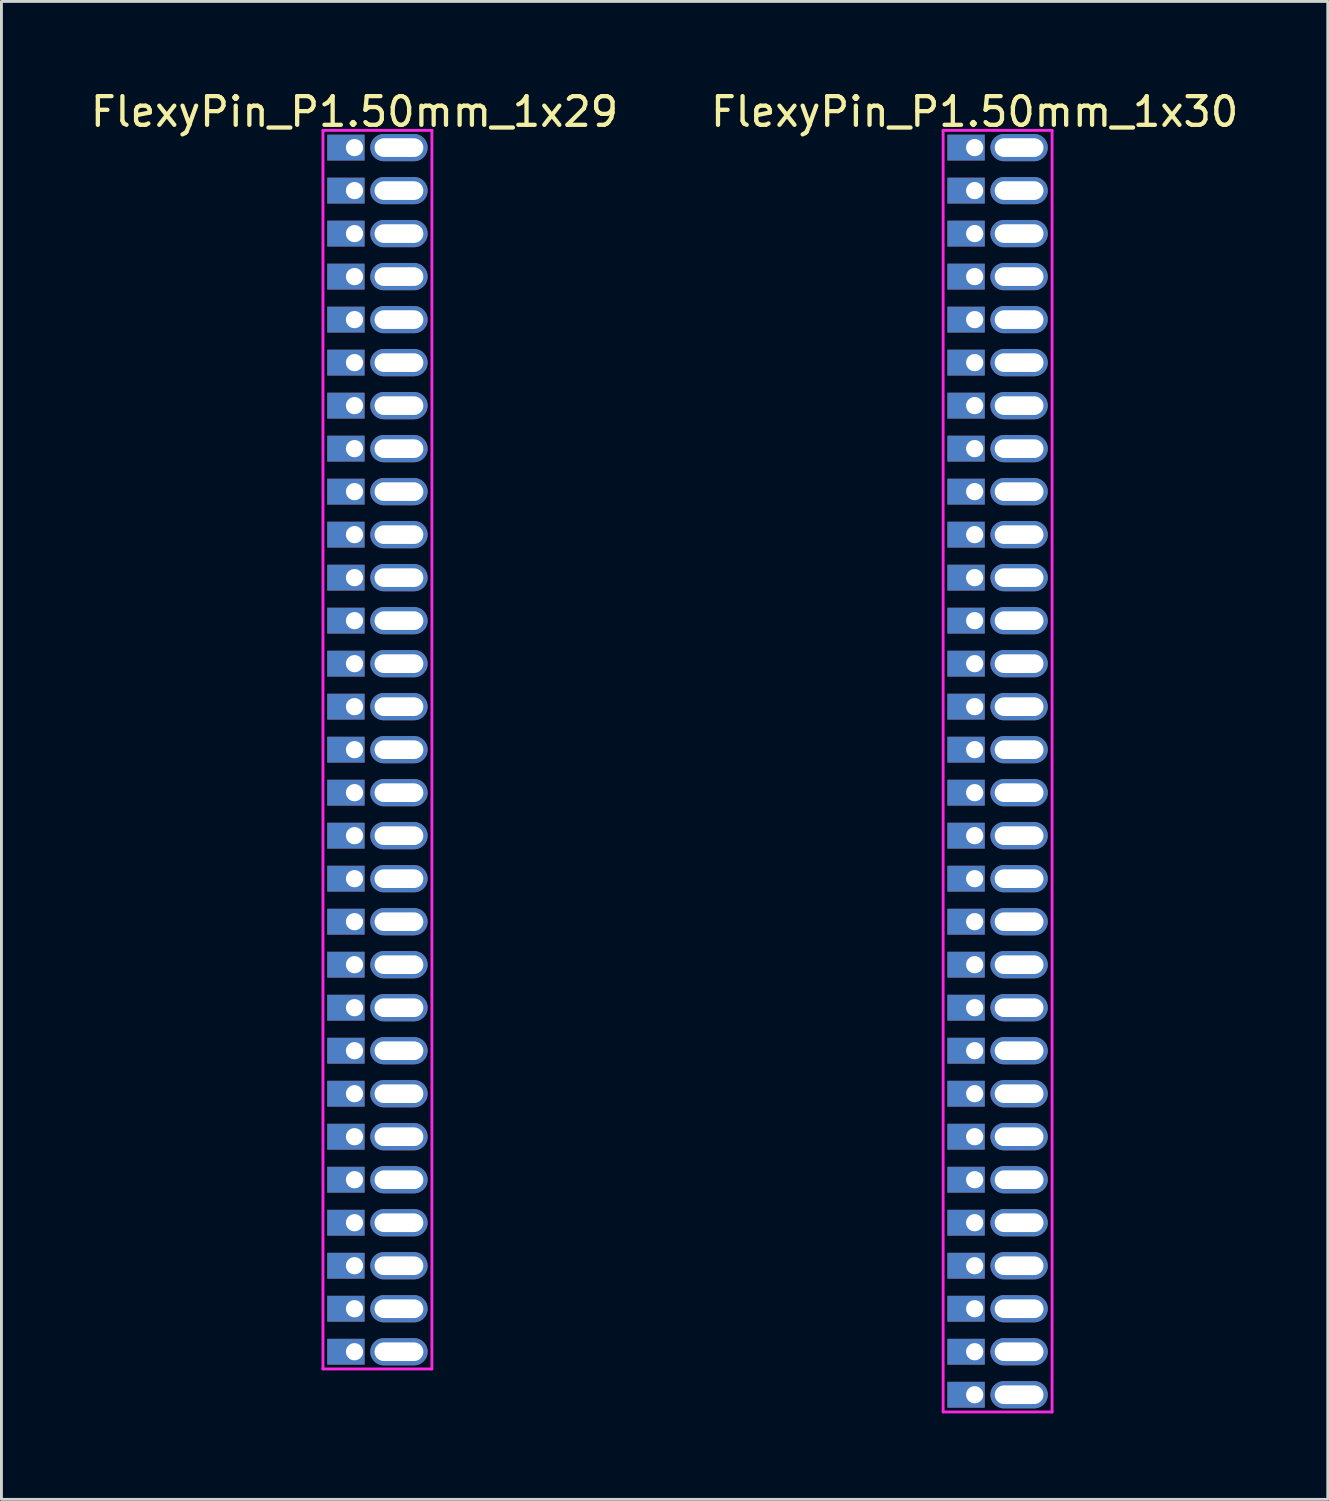
<source format=kicad_pcb>
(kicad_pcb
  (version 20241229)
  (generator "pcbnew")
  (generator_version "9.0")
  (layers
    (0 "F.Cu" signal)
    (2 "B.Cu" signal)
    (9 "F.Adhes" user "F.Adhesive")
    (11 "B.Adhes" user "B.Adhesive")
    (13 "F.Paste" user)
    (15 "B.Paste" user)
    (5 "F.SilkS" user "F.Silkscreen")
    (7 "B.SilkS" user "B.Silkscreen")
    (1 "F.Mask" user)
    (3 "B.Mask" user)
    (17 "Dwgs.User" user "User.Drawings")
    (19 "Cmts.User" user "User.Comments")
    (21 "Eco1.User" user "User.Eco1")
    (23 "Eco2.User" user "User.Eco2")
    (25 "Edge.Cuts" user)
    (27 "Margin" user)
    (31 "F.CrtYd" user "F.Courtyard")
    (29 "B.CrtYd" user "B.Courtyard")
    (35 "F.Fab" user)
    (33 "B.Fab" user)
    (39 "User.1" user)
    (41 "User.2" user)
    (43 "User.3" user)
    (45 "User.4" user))
  (footprint "FlexyPin_P1.50mm_1x30"
    (layer "F.Cu")
    (at 30.946 2.098)
    (property "Reference" "FlexyPin_P1.50mm_1x30" (at 0 -1.25 0) (layer "F.SilkS") (effects (font (size 1 1) (thickness 0.15))))
    (attr through_hole)
    (fp_line (start -1.1 -0.6) (end 2.7 -0.6) (stroke (width 0.1) (type solid)) (layer "F.CrtYd"))
    (fp_line (start -1.1 44.1) (end -1.1 -0.6) (stroke (width 0.1) (type solid)) (layer "F.CrtYd"))
    (fp_line (start 2.7 -0.6) (end 2.7 44.1) (stroke (width 0.1) (type solid)) (layer "F.CrtYd"))
    (fp_line (start 2.7 44.1) (end -1.1 44.1) (stroke (width 0.1) (type solid)) (layer "F.CrtYd"))
    (pad "" thru_hole oval (at 1.55 0) (size 2 0.95) (drill oval 1.7 0.65) (layers "*.Cu" "*.Mask"))
    (pad "" thru_hole oval (at 1.55 1.5) (size 2 0.95) (drill oval 1.7 0.65) (layers "*.Cu" "*.Mask"))
    (pad "" thru_hole oval (at 1.55 3) (size 2 0.95) (drill oval 1.7 0.65) (layers "*.Cu" "*.Mask"))
    (pad "" thru_hole oval (at 1.55 4.5) (size 2 0.95) (drill oval 1.7 0.65) (layers "*.Cu" "*.Mask"))
    (pad "" thru_hole oval (at 1.55 6) (size 2 0.95) (drill oval 1.7 0.65) (layers "*.Cu" "*.Mask"))
    (pad "" thru_hole oval (at 1.55 7.5) (size 2 0.95) (drill oval 1.7 0.65) (layers "*.Cu" "*.Mask"))
    (pad "" thru_hole oval (at 1.55 9) (size 2 0.95) (drill oval 1.7 0.65) (layers "*.Cu" "*.Mask"))
    (pad "" thru_hole oval (at 1.55 10.5) (size 2 0.95) (drill oval 1.7 0.65) (layers "*.Cu" "*.Mask"))
    (pad "" thru_hole oval (at 1.55 12) (size 2 0.95) (drill oval 1.7 0.65) (layers "*.Cu" "*.Mask"))
    (pad "" thru_hole oval (at 1.55 13.5) (size 2 0.95) (drill oval 1.7 0.65) (layers "*.Cu" "*.Mask"))
    (pad "" thru_hole oval (at 1.55 15) (size 2 0.95) (drill oval 1.7 0.65) (layers "*.Cu" "*.Mask"))
    (pad "" thru_hole oval (at 1.55 16.5) (size 2 0.95) (drill oval 1.7 0.65) (layers "*.Cu" "*.Mask"))
    (pad "" thru_hole oval (at 1.55 18) (size 2 0.95) (drill oval 1.7 0.65) (layers "*.Cu" "*.Mask"))
    (pad "" thru_hole oval (at 1.55 19.5) (size 2 0.95) (drill oval 1.7 0.65) (layers "*.Cu" "*.Mask"))
    (pad "" thru_hole oval (at 1.55 21) (size 2 0.95) (drill oval 1.7 0.65) (layers "*.Cu" "*.Mask"))
    (pad "" thru_hole oval (at 1.55 22.5) (size 2 0.95) (drill oval 1.7 0.65) (layers "*.Cu" "*.Mask"))
    (pad "" thru_hole oval (at 1.55 24) (size 2 0.95) (drill oval 1.7 0.65) (layers "*.Cu" "*.Mask"))
    (pad "" thru_hole oval (at 1.55 25.5) (size 2 0.95) (drill oval 1.7 0.65) (layers "*.Cu" "*.Mask"))
    (pad "" thru_hole oval (at 1.55 27) (size 2 0.95) (drill oval 1.7 0.65) (layers "*.Cu" "*.Mask"))
    (pad "" thru_hole oval (at 1.55 28.5) (size 2 0.95) (drill oval 1.7 0.65) (layers "*.Cu" "*.Mask"))
    (pad "" thru_hole oval (at 1.55 30) (size 2 0.95) (drill oval 1.7 0.65) (layers "*.Cu" "*.Mask"))
    (pad "" thru_hole oval (at 1.55 31.5) (size 2 0.95) (drill oval 1.7 0.65) (layers "*.Cu" "*.Mask"))
    (pad "" thru_hole oval (at 1.55 33) (size 2 0.95) (drill oval 1.7 0.65) (layers "*.Cu" "*.Mask"))
    (pad "" thru_hole oval (at 1.55 34.5) (size 2 0.95) (drill oval 1.7 0.65) (layers "*.Cu" "*.Mask"))
    (pad "" thru_hole oval (at 1.55 36) (size 2 0.95) (drill oval 1.7 0.65) (layers "*.Cu" "*.Mask"))
    (pad "" thru_hole oval (at 1.55 37.5) (size 2 0.95) (drill oval 1.7 0.65) (layers "*.Cu" "*.Mask"))
    (pad "" thru_hole oval (at 1.55 39) (size 2 0.95) (drill oval 1.7 0.65) (layers "*.Cu" "*.Mask"))
    (pad "" thru_hole oval (at 1.55 40.5) (size 2 0.95) (drill oval 1.7 0.65) (layers "*.Cu" "*.Mask"))
    (pad "" thru_hole oval (at 1.55 42) (size 2 0.95) (drill oval 1.7 0.65) (layers "*.Cu" "*.Mask"))
    (pad "" thru_hole oval (at 1.55 43.5) (size 2 0.95) (drill oval 1.7 0.65) (layers "*.Cu" "*.Mask"))
    (pad "1" thru_hole rect (at 0 0) (size 1.3 0.9) (drill 0.6 (offset -0.3 0)) (layers "*.Cu" "*.Mask"))
    (pad "2" thru_hole rect (at 0 1.5) (size 1.3 0.9) (drill 0.6 (offset -0.3 0)) (layers "*.Cu" "*.Mask"))
    (pad "3" thru_hole rect (at 0 3) (size 1.3 0.9) (drill 0.6 (offset -0.3 0)) (layers "*.Cu" "*.Mask"))
    (pad "4" thru_hole rect (at 0 4.5) (size 1.3 0.9) (drill 0.6 (offset -0.3 0)) (layers "*.Cu" "*.Mask"))
    (pad "5" thru_hole rect (at 0 6) (size 1.3 0.9) (drill 0.6 (offset -0.3 0)) (layers "*.Cu" "*.Mask"))
    (pad "6" thru_hole rect (at 0 7.5) (size 1.3 0.9) (drill 0.6 (offset -0.3 0)) (layers "*.Cu" "*.Mask"))
    (pad "7" thru_hole rect (at 0 9) (size 1.3 0.9) (drill 0.6 (offset -0.3 0)) (layers "*.Cu" "*.Mask"))
    (pad "8" thru_hole rect (at 0 10.5) (size 1.3 0.9) (drill 0.6 (offset -0.3 0)) (layers "*.Cu" "*.Mask"))
    (pad "9" thru_hole rect (at 0 12) (size 1.3 0.9) (drill 0.6 (offset -0.3 0)) (layers "*.Cu" "*.Mask"))
    (pad "10" thru_hole rect (at 0 13.5) (size 1.3 0.9) (drill 0.6 (offset -0.3 0)) (layers "*.Cu" "*.Mask"))
    (pad "11" thru_hole rect (at 0 15) (size 1.3 0.9) (drill 0.6 (offset -0.3 0)) (layers "*.Cu" "*.Mask"))
    (pad "12" thru_hole rect (at 0 16.5) (size 1.3 0.9) (drill 0.6 (offset -0.3 0)) (layers "*.Cu" "*.Mask"))
    (pad "13" thru_hole rect (at 0 18) (size 1.3 0.9) (drill 0.6 (offset -0.3 0)) (layers "*.Cu" "*.Mask"))
    (pad "14" thru_hole rect (at 0 19.5) (size 1.3 0.9) (drill 0.6 (offset -0.3 0)) (layers "*.Cu" "*.Mask"))
    (pad "15" thru_hole rect (at 0 21) (size 1.3 0.9) (drill 0.6 (offset -0.3 0)) (layers "*.Cu" "*.Mask"))
    (pad "16" thru_hole rect (at 0 22.5) (size 1.3 0.9) (drill 0.6 (offset -0.3 0)) (layers "*.Cu" "*.Mask"))
    (pad "17" thru_hole rect (at 0 24) (size 1.3 0.9) (drill 0.6 (offset -0.3 0)) (layers "*.Cu" "*.Mask"))
    (pad "18" thru_hole rect (at 0 25.5) (size 1.3 0.9) (drill 0.6 (offset -0.3 0)) (layers "*.Cu" "*.Mask"))
    (pad "19" thru_hole rect (at 0 27) (size 1.3 0.9) (drill 0.6 (offset -0.3 0)) (layers "*.Cu" "*.Mask"))
    (pad "20" thru_hole rect (at 0 28.5) (size 1.3 0.9) (drill 0.6 (offset -0.3 0)) (layers "*.Cu" "*.Mask"))
    (pad "21" thru_hole rect (at 0 30) (size 1.3 0.9) (drill 0.6 (offset -0.3 0)) (layers "*.Cu" "*.Mask"))
    (pad "22" thru_hole rect (at 0 31.5) (size 1.3 0.9) (drill 0.6 (offset -0.3 0)) (layers "*.Cu" "*.Mask"))
    (pad "23" thru_hole rect (at 0 33) (size 1.3 0.9) (drill 0.6 (offset -0.3 0)) (layers "*.Cu" "*.Mask"))
    (pad "24" thru_hole rect (at 0 34.5) (size 1.3 0.9) (drill 0.6 (offset -0.3 0)) (layers "*.Cu" "*.Mask"))
    (pad "25" thru_hole rect (at 0 36) (size 1.3 0.9) (drill 0.6 (offset -0.3 0)) (layers "*.Cu" "*.Mask"))
    (pad "26" thru_hole rect (at 0 37.5) (size 1.3 0.9) (drill 0.6 (offset -0.3 0)) (layers "*.Cu" "*.Mask"))
    (pad "27" thru_hole rect (at 0 39) (size 1.3 0.9) (drill 0.6 (offset -0.3 0)) (layers "*.Cu" "*.Mask"))
    (pad "28" thru_hole rect (at 0 40.5) (size 1.3 0.9) (drill 0.6 (offset -0.3 0)) (layers "*.Cu" "*.Mask"))
    (pad "29" thru_hole rect (at 0 42) (size 1.3 0.9) (drill 0.6 (offset -0.3 0)) (layers "*.Cu" "*.Mask"))
    (pad "30" thru_hole rect (at 0 43.5) (size 1.3 0.9) (drill 0.6 (offset -0.3 0)) (layers "*.Cu" "*.Mask")))
  (footprint "FlexyPin_P1.50mm_1x29"
    (layer "F.Cu")
    (at 9.315 2.098)
    (property "Reference" "FlexyPin_P1.50mm_1x29" (at 0 -1.25 0) (layer "F.SilkS") (effects (font (size 1 1) (thickness 0.15))))
    (attr through_hole)
    (fp_line (start -1.1 -0.6) (end 2.7 -0.6) (stroke (width 0.1) (type solid)) (layer "F.CrtYd"))
    (fp_line (start -1.1 42.6) (end -1.1 -0.6) (stroke (width 0.1) (type solid)) (layer "F.CrtYd"))
    (fp_line (start 2.7 -0.6) (end 2.7 42.6) (stroke (width 0.1) (type solid)) (layer "F.CrtYd"))
    (fp_line (start 2.7 42.6) (end -1.1 42.6) (stroke (width 0.1) (type solid)) (layer "F.CrtYd"))
    (pad "" thru_hole oval (at 1.55 0) (size 2 0.95) (drill oval 1.7 0.65) (layers "*.Cu" "*.Mask"))
    (pad "" thru_hole oval (at 1.55 1.5) (size 2 0.95) (drill oval 1.7 0.65) (layers "*.Cu" "*.Mask"))
    (pad "" thru_hole oval (at 1.55 3) (size 2 0.95) (drill oval 1.7 0.65) (layers "*.Cu" "*.Mask"))
    (pad "" thru_hole oval (at 1.55 4.5) (size 2 0.95) (drill oval 1.7 0.65) (layers "*.Cu" "*.Mask"))
    (pad "" thru_hole oval (at 1.55 6) (size 2 0.95) (drill oval 1.7 0.65) (layers "*.Cu" "*.Mask"))
    (pad "" thru_hole oval (at 1.55 7.5) (size 2 0.95) (drill oval 1.7 0.65) (layers "*.Cu" "*.Mask"))
    (pad "" thru_hole oval (at 1.55 9) (size 2 0.95) (drill oval 1.7 0.65) (layers "*.Cu" "*.Mask"))
    (pad "" thru_hole oval (at 1.55 10.5) (size 2 0.95) (drill oval 1.7 0.65) (layers "*.Cu" "*.Mask"))
    (pad "" thru_hole oval (at 1.55 12) (size 2 0.95) (drill oval 1.7 0.65) (layers "*.Cu" "*.Mask"))
    (pad "" thru_hole oval (at 1.55 13.5) (size 2 0.95) (drill oval 1.7 0.65) (layers "*.Cu" "*.Mask"))
    (pad "" thru_hole oval (at 1.55 15) (size 2 0.95) (drill oval 1.7 0.65) (layers "*.Cu" "*.Mask"))
    (pad "" thru_hole oval (at 1.55 16.5) (size 2 0.95) (drill oval 1.7 0.65) (layers "*.Cu" "*.Mask"))
    (pad "" thru_hole oval (at 1.55 18) (size 2 0.95) (drill oval 1.7 0.65) (layers "*.Cu" "*.Mask"))
    (pad "" thru_hole oval (at 1.55 19.5) (size 2 0.95) (drill oval 1.7 0.65) (layers "*.Cu" "*.Mask"))
    (pad "" thru_hole oval (at 1.55 21) (size 2 0.95) (drill oval 1.7 0.65) (layers "*.Cu" "*.Mask"))
    (pad "" thru_hole oval (at 1.55 22.5) (size 2 0.95) (drill oval 1.7 0.65) (layers "*.Cu" "*.Mask"))
    (pad "" thru_hole oval (at 1.55 24) (size 2 0.95) (drill oval 1.7 0.65) (layers "*.Cu" "*.Mask"))
    (pad "" thru_hole oval (at 1.55 25.5) (size 2 0.95) (drill oval 1.7 0.65) (layers "*.Cu" "*.Mask"))
    (pad "" thru_hole oval (at 1.55 27) (size 2 0.95) (drill oval 1.7 0.65) (layers "*.Cu" "*.Mask"))
    (pad "" thru_hole oval (at 1.55 28.5) (size 2 0.95) (drill oval 1.7 0.65) (layers "*.Cu" "*.Mask"))
    (pad "" thru_hole oval (at 1.55 30) (size 2 0.95) (drill oval 1.7 0.65) (layers "*.Cu" "*.Mask"))
    (pad "" thru_hole oval (at 1.55 31.5) (size 2 0.95) (drill oval 1.7 0.65) (layers "*.Cu" "*.Mask"))
    (pad "" thru_hole oval (at 1.55 33) (size 2 0.95) (drill oval 1.7 0.65) (layers "*.Cu" "*.Mask"))
    (pad "" thru_hole oval (at 1.55 34.5) (size 2 0.95) (drill oval 1.7 0.65) (layers "*.Cu" "*.Mask"))
    (pad "" thru_hole oval (at 1.55 36) (size 2 0.95) (drill oval 1.7 0.65) (layers "*.Cu" "*.Mask"))
    (pad "" thru_hole oval (at 1.55 37.5) (size 2 0.95) (drill oval 1.7 0.65) (layers "*.Cu" "*.Mask"))
    (pad "" thru_hole oval (at 1.55 39) (size 2 0.95) (drill oval 1.7 0.65) (layers "*.Cu" "*.Mask"))
    (pad "" thru_hole oval (at 1.55 40.5) (size 2 0.95) (drill oval 1.7 0.65) (layers "*.Cu" "*.Mask"))
    (pad "" thru_hole oval (at 1.55 42) (size 2 0.95) (drill oval 1.7 0.65) (layers "*.Cu" "*.Mask"))
    (pad "1" thru_hole rect (at 0 0) (size 1.3 0.9) (drill 0.6 (offset -0.3 0)) (layers "*.Cu" "*.Mask"))
    (pad "2" thru_hole rect (at 0 1.5) (size 1.3 0.9) (drill 0.6 (offset -0.3 0)) (layers "*.Cu" "*.Mask"))
    (pad "3" thru_hole rect (at 0 3) (size 1.3 0.9) (drill 0.6 (offset -0.3 0)) (layers "*.Cu" "*.Mask"))
    (pad "4" thru_hole rect (at 0 4.5) (size 1.3 0.9) (drill 0.6 (offset -0.3 0)) (layers "*.Cu" "*.Mask"))
    (pad "5" thru_hole rect (at 0 6) (size 1.3 0.9) (drill 0.6 (offset -0.3 0)) (layers "*.Cu" "*.Mask"))
    (pad "6" thru_hole rect (at 0 7.5) (size 1.3 0.9) (drill 0.6 (offset -0.3 0)) (layers "*.Cu" "*.Mask"))
    (pad "7" thru_hole rect (at 0 9) (size 1.3 0.9) (drill 0.6 (offset -0.3 0)) (layers "*.Cu" "*.Mask"))
    (pad "8" thru_hole rect (at 0 10.5) (size 1.3 0.9) (drill 0.6 (offset -0.3 0)) (layers "*.Cu" "*.Mask"))
    (pad "9" thru_hole rect (at 0 12) (size 1.3 0.9) (drill 0.6 (offset -0.3 0)) (layers "*.Cu" "*.Mask"))
    (pad "10" thru_hole rect (at 0 13.5) (size 1.3 0.9) (drill 0.6 (offset -0.3 0)) (layers "*.Cu" "*.Mask"))
    (pad "11" thru_hole rect (at 0 15) (size 1.3 0.9) (drill 0.6 (offset -0.3 0)) (layers "*.Cu" "*.Mask"))
    (pad "12" thru_hole rect (at 0 16.5) (size 1.3 0.9) (drill 0.6 (offset -0.3 0)) (layers "*.Cu" "*.Mask"))
    (pad "13" thru_hole rect (at 0 18) (size 1.3 0.9) (drill 0.6 (offset -0.3 0)) (layers "*.Cu" "*.Mask"))
    (pad "14" thru_hole rect (at 0 19.5) (size 1.3 0.9) (drill 0.6 (offset -0.3 0)) (layers "*.Cu" "*.Mask"))
    (pad "15" thru_hole rect (at 0 21) (size 1.3 0.9) (drill 0.6 (offset -0.3 0)) (layers "*.Cu" "*.Mask"))
    (pad "16" thru_hole rect (at 0 22.5) (size 1.3 0.9) (drill 0.6 (offset -0.3 0)) (layers "*.Cu" "*.Mask"))
    (pad "17" thru_hole rect (at 0 24) (size 1.3 0.9) (drill 0.6 (offset -0.3 0)) (layers "*.Cu" "*.Mask"))
    (pad "18" thru_hole rect (at 0 25.5) (size 1.3 0.9) (drill 0.6 (offset -0.3 0)) (layers "*.Cu" "*.Mask"))
    (pad "19" thru_hole rect (at 0 27) (size 1.3 0.9) (drill 0.6 (offset -0.3 0)) (layers "*.Cu" "*.Mask"))
    (pad "20" thru_hole rect (at 0 28.5) (size 1.3 0.9) (drill 0.6 (offset -0.3 0)) (layers "*.Cu" "*.Mask"))
    (pad "21" thru_hole rect (at 0 30) (size 1.3 0.9) (drill 0.6 (offset -0.3 0)) (layers "*.Cu" "*.Mask"))
    (pad "22" thru_hole rect (at 0 31.5) (size 1.3 0.9) (drill 0.6 (offset -0.3 0)) (layers "*.Cu" "*.Mask"))
    (pad "23" thru_hole rect (at 0 33) (size 1.3 0.9) (drill 0.6 (offset -0.3 0)) (layers "*.Cu" "*.Mask"))
    (pad "24" thru_hole rect (at 0 34.5) (size 1.3 0.9) (drill 0.6 (offset -0.3 0)) (layers "*.Cu" "*.Mask"))
    (pad "25" thru_hole rect (at 0 36) (size 1.3 0.9) (drill 0.6 (offset -0.3 0)) (layers "*.Cu" "*.Mask"))
    (pad "26" thru_hole rect (at 0 37.5) (size 1.3 0.9) (drill 0.6 (offset -0.3 0)) (layers "*.Cu" "*.Mask"))
    (pad "27" thru_hole rect (at 0 39) (size 1.3 0.9) (drill 0.6 (offset -0.3 0)) (layers "*.Cu" "*.Mask"))
    (pad "28" thru_hole rect (at 0 40.5) (size 1.3 0.9) (drill 0.6 (offset -0.3 0)) (layers "*.Cu" "*.Mask"))
    (pad "29" thru_hole rect (at 0 42) (size 1.3 0.9) (drill 0.6 (offset -0.3 0)) (layers "*.Cu" "*.Mask")))
  (gr_rect
    (start -3 -3)
    (end 43.262 49.248)
    (stroke (width 0.1) (type default))
    (fill no)
    (layer "Edge.Cuts")))
</source>
